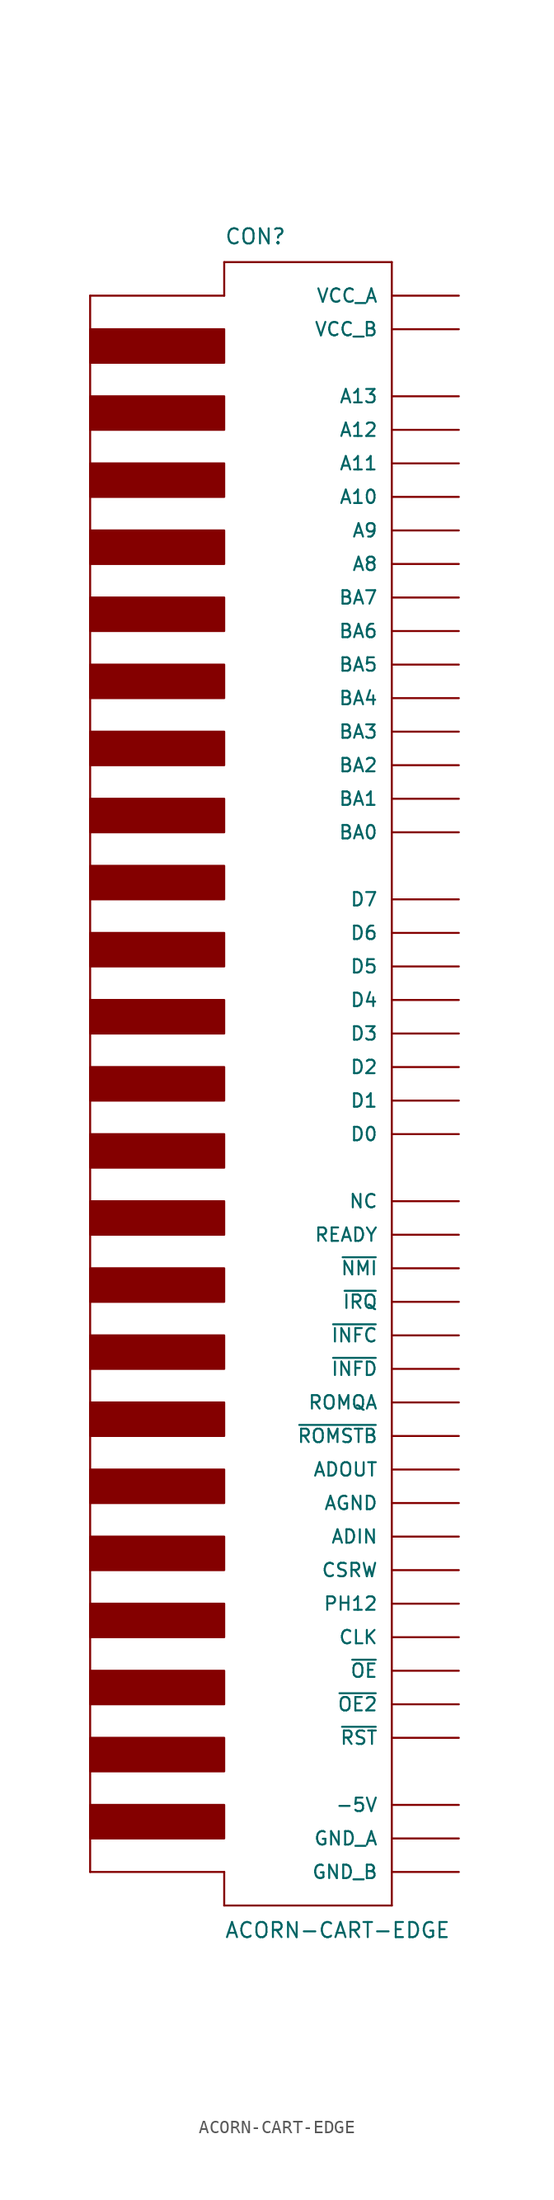
<source format=kicad_sym>
(kicad_symbol_lib
  (version 20211014)
  (generator kicad_symbol_editor)
  (symbol "ACORN-CART-EDGE"
    (pin_numbers hide)
    (pin_names
      (offset 1.016))
    (property "Reference" "CON"
      (at -15.24 67.31 0)
      (effects (font (size 1.143 1.143)) (justify left bottom)))
    (property "Value" "ACORN-CART-EDGE"
      (at -15.24 -60.96 0)
      (effects (font (size 1.143 1.143)) (justify left bottom)))
    (property "ki_locked" ""
      (at 0 0 0)
      (effects (font (size 1.27 1.27))))
    (symbol "ACORN-CART-EDGE_1_0"
      (polyline (pts (xy -25.4 -55.88) (xy -15.24 -55.88)) (stroke (width 0) (type default) (color 0 0 0 0)) (fill (type none)))
      (polyline (pts (xy -25.4 63.5) (xy -25.4 -55.88)) (stroke (width 0) (type default) (color 0 0 0 0)) (fill (type none)))
      (polyline (pts (xy -15.24 -58.42) (xy -2.54 -58.42)) (stroke (width 0) (type default) (color 0 0 0 0)) (fill (type none)))
      (polyline (pts (xy -15.24 -55.88) (xy -15.24 -58.42)) (stroke (width 0) (type default) (color 0 0 0 0)) (fill (type none)))
      (polyline (pts (xy -15.24 63.5) (xy -25.4 63.5)) (stroke (width 0) (type default) (color 0 0 0 0)) (fill (type none)))
      (polyline (pts (xy -15.24 66.04) (xy -15.24 63.5)) (stroke (width 0) (type default) (color 0 0 0 0)) (fill (type none)))
      (polyline (pts (xy -2.54 66.04) (xy -15.24 66.04)) (stroke (width 0) (type default) (color 0 0 0 0)) (fill (type none)))
      (polyline (pts (xy -2.54 66.04) (xy -2.54 -58.42)) (stroke (width 0) (type default) (color 0 0 0 0)) (fill (type none))))
    (symbol "ACORN-CART-EDGE_1_1"
      (rectangle (start -25.4 -53.34) (end -15.24 -50.8) (stroke (width 0) (type default) (color 0 0 0 0)) (fill (type outline)))
      (rectangle (start -25.4 -48.26) (end -15.24 -45.72) (stroke (width 0) (type default) (color 0 0 0 0)) (fill (type outline)))
      (rectangle (start -25.4 -43.18) (end -15.24 -40.64) (stroke (width 0) (type default) (color 0 0 0 0)) (fill (type outline)))
      (rectangle (start -25.4 -38.1) (end -15.24 -35.56) (stroke (width 0) (type default) (color 0 0 0 0)) (fill (type outline)))
      (rectangle (start -25.4 -33.02) (end -15.24 -30.48) (stroke (width 0) (type default) (color 0 0 0 0)) (fill (type outline)))
      (rectangle (start -25.4 -27.94) (end -15.24 -25.4) (stroke (width 0) (type default) (color 0 0 0 0)) (fill (type outline)))
      (rectangle (start -25.4 -22.86) (end -15.24 -20.32) (stroke (width 0) (type default) (color 0 0 0 0)) (fill (type outline)))
      (rectangle (start -25.4 -17.78) (end -15.24 -15.24) (stroke (width 0) (type default) (color 0 0 0 0)) (fill (type outline)))
      (rectangle (start -25.4 -12.7) (end -15.24 -10.16) (stroke (width 0) (type default) (color 0 0 0 0)) (fill (type outline)))
      (rectangle (start -25.4 -7.62) (end -15.24 -5.08) (stroke (width 0) (type default) (color 0 0 0 0)) (fill (type outline)))
      (rectangle (start -25.4 -2.54) (end -15.24 0) (stroke (width 0) (type default) (color 0 0 0 0)) (fill (type outline)))
      (rectangle (start -25.4 2.54) (end -15.24 5.08) (stroke (width 0) (type default) (color 0 0 0 0)) (fill (type outline)))
      (rectangle (start -25.4 7.62) (end -15.24 10.16) (stroke (width 0) (type default) (color 0 0 0 0)) (fill (type outline)))
      (rectangle (start -25.4 12.7) (end -15.24 15.24) (stroke (width 0) (type default) (color 0 0 0 0)) (fill (type outline)))
      (rectangle (start -25.4 17.78) (end -15.24 20.32) (stroke (width 0) (type default) (color 0 0 0 0)) (fill (type outline)))
      (rectangle (start -25.4 22.86) (end -15.24 25.4) (stroke (width 0) (type default) (color 0 0 0 0)) (fill (type outline)))
      (rectangle (start -25.4 27.94) (end -15.24 30.48) (stroke (width 0) (type default) (color 0 0 0 0)) (fill (type outline)))
      (rectangle (start -25.4 33.02) (end -15.24 35.56) (stroke (width 0) (type default) (color 0 0 0 0)) (fill (type outline)))
      (rectangle (start -25.4 38.1) (end -15.24 40.64) (stroke (width 0) (type default) (color 0 0 0 0)) (fill (type outline)))
      (rectangle (start -25.4 43.18) (end -15.24 45.72) (stroke (width 0) (type default) (color 0 0 0 0)) (fill (type outline)))
      (rectangle (start -25.4 48.26) (end -15.24 50.8) (stroke (width 0) (type default) (color 0 0 0 0)) (fill (type outline)))
      (rectangle (start -25.4 53.34) (end -15.24 55.88) (stroke (width 0) (type default) (color 0 0 0 0)) (fill (type outline)))
      (rectangle (start -25.4 58.42) (end -15.24 60.96) (stroke (width 0) (type default) (color 0 0 0 0)) (fill (type outline)))
      (pin power_in line (at 2.54 63.5 180) (length 5.08) (name "VCC_A" (effects (font (size 1.016 1.016)))) (number "A1" (effects (font (size 1.016 1.016)))))
      (pin unspecified line (at 2.54 -5.08 180) (length 5.08) (name "NC" (effects (font (size 1.016 1.016)))) (number "A10" (effects (font (size 1.016 1.016)))))
      (pin bidirectional line (at 2.54 -7.62 180) (length 5.08) (name "READY" (effects (font (size 1.016 1.016)))) (number "A11" (effects (font (size 1.016 1.016)))))
      (pin bidirectional line (at 2.54 -10.16 180) (length 5.08) (name "~{NMI}" (effects (font (size 1.016 1.016)))) (number "A12" (effects (font (size 1.016 1.016)))))
      (pin bidirectional line (at 2.54 -12.7 180) (length 5.08) (name "~{IRQ}" (effects (font (size 1.016 1.016)))) (number "A13" (effects (font (size 1.016 1.016)))))
      (pin bidirectional line (at 2.54 -15.24 180) (length 5.08) (name "~{INFC}" (effects (font (size 1.016 1.016)))) (number "A14" (effects (font (size 1.016 1.016)))))
      (pin bidirectional line (at 2.54 -17.78 180) (length 5.08) (name "~{INFD}" (effects (font (size 1.016 1.016)))) (number "A15" (effects (font (size 1.016 1.016)))))
      (pin bidirectional line (at 2.54 -20.32 180) (length 5.08) (name "ROMQA" (effects (font (size 1.016 1.016)))) (number "A16" (effects (font (size 1.016 1.016)))))
      (pin bidirectional line (at 2.54 -38.1 180) (length 5.08) (name "CLK" (effects (font (size 1.016 1.016)))) (number "A17" (effects (font (size 1.016 1.016)))))
      (pin bidirectional line (at 2.54 -22.86 180) (length 5.08) (name "~{ROMSTB}" (effects (font (size 1.016 1.016)))) (number "A18" (effects (font (size 1.016 1.016)))))
      (pin bidirectional line (at 2.54 -25.4 180) (length 5.08) (name "ADOUT" (effects (font (size 1.016 1.016)))) (number "A19" (effects (font (size 1.016 1.016)))))
      (pin bidirectional line (at 2.54 -40.64 180) (length 5.08) (name "~{OE}" (effects (font (size 1.016 1.016)))) (number "A2" (effects (font (size 1.016 1.016)))))
      (pin bidirectional line (at 2.54 -27.94 180) (length 5.08) (name "AGND" (effects (font (size 1.016 1.016)))) (number "A20" (effects (font (size 1.016 1.016)))))
      (pin bidirectional line (at 2.54 -30.48 180) (length 5.08) (name "ADIN" (effects (font (size 1.016 1.016)))) (number "A21" (effects (font (size 1.016 1.016)))))
      (pin bidirectional line (at 2.54 -53.34 180) (length 5.08) (name "GND_A" (effects (font (size 1.016 1.016)))) (number "A22" (effects (font (size 1.016 1.016)))))
      (pin bidirectional line (at 2.54 -45.72 180) (length 5.08) (name "~{RST}" (effects (font (size 1.016 1.016)))) (number "A3" (effects (font (size 1.016 1.016)))))
      (pin bidirectional line (at 2.54 -33.02 180) (length 5.08) (name "CSRW" (effects (font (size 1.016 1.016)))) (number "A4" (effects (font (size 1.016 1.016)))))
      (pin output line (at 2.54 43.18 180) (length 5.08) (name "A8" (effects (font (size 1.016 1.016)))) (number "A5" (effects (font (size 1.016 1.016)))))
      (pin output line (at 2.54 55.88 180) (length 5.08) (name "A13" (effects (font (size 1.016 1.016)))) (number "A6" (effects (font (size 1.016 1.016)))))
      (pin output line (at 2.54 53.34 180) (length 5.08) (name "A12" (effects (font (size 1.016 1.016)))) (number "A7" (effects (font (size 1.016 1.016)))))
      (pin bidirectional line (at 2.54 -35.56 180) (length 5.08) (name "PH12" (effects (font (size 1.016 1.016)))) (number "A8" (effects (font (size 1.016 1.016)))))
      (pin bidirectional line (at 2.54 -50.8 180) (length 5.08) (name "-5V" (effects (font (size 1.016 1.016)))) (number "A9" (effects (font (size 1.016 1.016)))))
      (pin power_in line (at 2.54 60.96 180) (length 5.08) (name "VCC_B" (effects (font (size 1.016 1.016)))) (number "B1" (effects (font (size 1.016 1.016)))))
      (pin bidirectional line (at 2.54 -43.18 180) (length 5.08) (name "~{OE2}" (effects (font (size 1.016 1.016)))) (number "B10" (effects (font (size 1.016 1.016)))))
      (pin output line (at 2.54 40.64 180) (length 5.08) (name "BA7" (effects (font (size 1.016 1.016)))) (number "B11" (effects (font (size 1.016 1.016)))))
      (pin output line (at 2.54 38.1 180) (length 5.08) (name "BA6" (effects (font (size 1.016 1.016)))) (number "B12" (effects (font (size 1.016 1.016)))))
      (pin output line (at 2.54 35.56 180) (length 5.08) (name "BA5" (effects (font (size 1.016 1.016)))) (number "B13" (effects (font (size 1.016 1.016)))))
      (pin output line (at 2.54 33.02 180) (length 5.08) (name "BA4" (effects (font (size 1.016 1.016)))) (number "B14" (effects (font (size 1.016 1.016)))))
      (pin output line (at 2.54 30.48 180) (length 5.08) (name "BA3" (effects (font (size 1.016 1.016)))) (number "B15" (effects (font (size 1.016 1.016)))))
      (pin output line (at 2.54 27.94 180) (length 5.08) (name "BA2" (effects (font (size 1.016 1.016)))) (number "B16" (effects (font (size 1.016 1.016)))))
      (pin output line (at 2.54 25.4 180) (length 5.08) (name "BA1" (effects (font (size 1.016 1.016)))) (number "B17" (effects (font (size 1.016 1.016)))))
      (pin output line (at 2.54 22.86 180) (length 5.08) (name "BA0" (effects (font (size 1.016 1.016)))) (number "B18" (effects (font (size 1.016 1.016)))))
      (pin bidirectional line (at 2.54 0 180) (length 5.08) (name "D0" (effects (font (size 1.016 1.016)))) (number "B19" (effects (font (size 1.016 1.016)))))
      (pin output line (at 2.54 48.26 180) (length 5.08) (name "A10" (effects (font (size 1.016 1.016)))) (number "B2" (effects (font (size 1.016 1.016)))))
      (pin bidirectional line (at 2.54 5.08 180) (length 5.08) (name "D2" (effects (font (size 1.016 1.016)))) (number "B20" (effects (font (size 1.016 1.016)))))
      (pin bidirectional line (at 2.54 2.54 180) (length 5.08) (name "D1" (effects (font (size 1.016 1.016)))) (number "B21" (effects (font (size 1.016 1.016)))))
      (pin bidirectional line (at 2.54 -55.88 180) (length 5.08) (name "GND_B" (effects (font (size 1.016 1.016)))) (number "B22" (effects (font (size 1.016 1.016)))))
      (pin bidirectional line (at 2.54 7.62 180) (length 5.08) (name "D3" (effects (font (size 1.016 1.016)))) (number "B3" (effects (font (size 1.016 1.016)))))
      (pin output line (at 2.54 50.8 180) (length 5.08) (name "A11" (effects (font (size 1.016 1.016)))) (number "B4" (effects (font (size 1.016 1.016)))))
      (pin output line (at 2.54 45.72 180) (length 5.08) (name "A9" (effects (font (size 1.016 1.016)))) (number "B5" (effects (font (size 1.016 1.016)))))
      (pin bidirectional line (at 2.54 17.78 180) (length 5.08) (name "D7" (effects (font (size 1.016 1.016)))) (number "B6" (effects (font (size 1.016 1.016)))))
      (pin bidirectional line (at 2.54 15.24 180) (length 5.08) (name "D6" (effects (font (size 1.016 1.016)))) (number "B7" (effects (font (size 1.016 1.016)))))
      (pin bidirectional line (at 2.54 12.7 180) (length 5.08) (name "D5" (effects (font (size 1.016 1.016)))) (number "B8" (effects (font (size 1.016 1.016)))))
      (pin bidirectional line (at 2.54 10.16 180) (length 5.08) (name "D4" (effects (font (size 1.016 1.016)))) (number "B9" (effects (font (size 1.016 1.016))))))))
</source>
